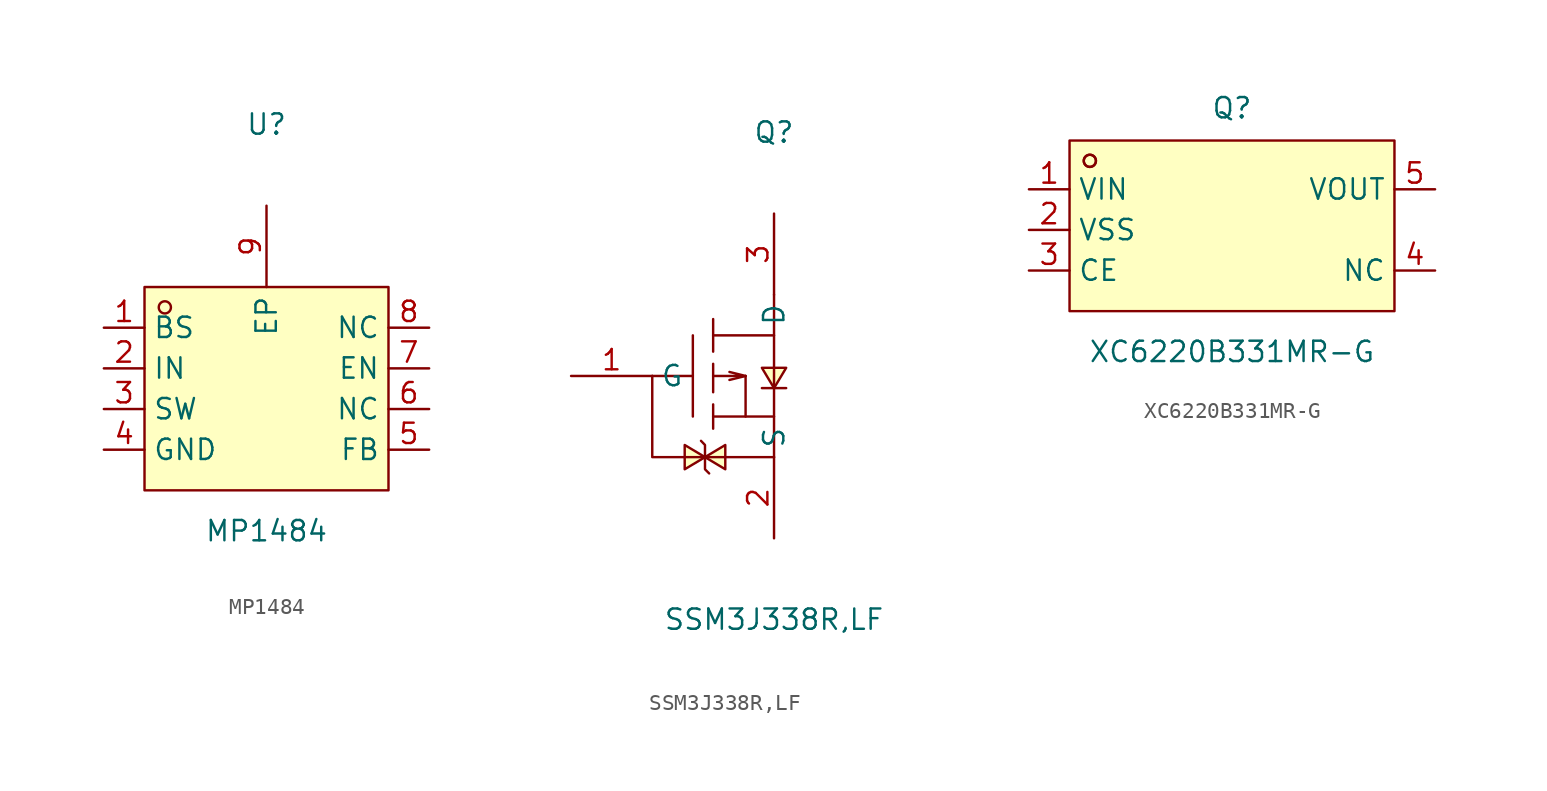
<source format=kicad_sym>
(kicad_symbol_lib
  (version 20211014)
  (generator https://github.com/uPesy/easyeda2kicad.py)
  (symbol "MP1484"
    (property "Reference" "U"
      (at 0 16.51 0)
      (effects (font (size 1.27 1.27))))
    (property "Value" "MP1484"
      (at 0 -8.89 0)
      (effects (font (size 1.27 1.27))))
    (symbol "MP1484_0_1"
      (rectangle (start -7.62 6.35) (end 7.62 -6.35) (stroke (width 0) (type default) (color 0 0 0 0)) (fill (type background)))
      (circle (center -6.35 5.08) (radius 0.38) (stroke (width 0) (type default) (color 0 0 0 0)) (fill (type none)))
      (pin unspecified line (at -10.16 3.81 0) (length 2.54) (name "BS" (effects (font (size 1.27 1.27)))) (number "1" (effects (font (size 1.27 1.27)))))
      (pin unspecified line (at -10.16 1.27 0) (length 2.54) (name "IN" (effects (font (size 1.27 1.27)))) (number "2" (effects (font (size 1.27 1.27)))))
      (pin unspecified line (at -10.16 -1.27 0) (length 2.54) (name "SW" (effects (font (size 1.27 1.27)))) (number "3" (effects (font (size 1.27 1.27)))))
      (pin unspecified line (at -10.16 -3.81 0) (length 2.54) (name "GND" (effects (font (size 1.27 1.27)))) (number "4" (effects (font (size 1.27 1.27)))))
      (pin unspecified line (at 10.16 -3.81 180) (length 2.54) (name "FB" (effects (font (size 1.27 1.27)))) (number "5" (effects (font (size 1.27 1.27)))))
      (pin unspecified line (at 10.16 -1.27 180) (length 2.54) (name "NC" (effects (font (size 1.27 1.27)))) (number "6" (effects (font (size 1.27 1.27)))))
      (pin unspecified line (at 10.16 1.27 180) (length 2.54) (name "EN" (effects (font (size 1.27 1.27)))) (number "7" (effects (font (size 1.27 1.27)))))
      (pin unspecified line (at 10.16 3.81 180) (length 2.54) (name "NC" (effects (font (size 1.27 1.27)))) (number "8" (effects (font (size 1.27 1.27)))))
      (pin unspecified line (at 0.00 11.43 270) (length 5.08) (name "EP" (effects (font (size 1.27 1.27)))) (number "9" (effects (font (size 1.27 1.27)))))))
  (symbol "SSM3J338R,LF"
    (property "Reference" "Q"
      (at 0 15.24 0)
      (effects (font (size 1.27 1.27))))
    (property "Value" "SSM3J338R,LF"
      (at 0 -15.24 0)
      (effects (font (size 1.27 1.27))))
    (symbol "SSM3J338R,LF_0_1"
      (polyline (pts (xy -5.08 2.54) (xy -5.08 -2.54)) (stroke (width 0) (type default) (color 0 0 0 0)) (fill (type none)))
      (polyline (pts (xy -3.81 3.56) (xy -3.81 1.52)) (stroke (width 0) (type default) (color 0 0 0 0)) (fill (type none)))
      (polyline (pts (xy -3.81 0.76) (xy -3.81 -1.02)) (stroke (width 0) (type default) (color 0 0 0 0)) (fill (type none)))
      (polyline (pts (xy -3.81 -1.78) (xy -3.81 -3.30)) (stroke (width 0) (type default) (color 0 0 0 0)) (fill (type none)))
      (polyline (pts (xy -3.81 2.54) (xy 0.00 2.54)) (stroke (width 0) (type default) (color 0 0 0 0)) (fill (type none)))
      (polyline (pts (xy 0.00 5.08) (xy 0.00 -5.08)) (stroke (width 0) (type default) (color 0 0 0 0)) (fill (type none)))
      (polyline (pts (xy -3.81 -2.54) (xy 0.00 -2.54)) (stroke (width 0) (type default) (color 0 0 0 0)) (fill (type none)))
      (polyline (pts (xy -1.78 -0.00) (xy -1.78 -2.54)) (stroke (width 0) (type default) (color 0 0 0 0)) (fill (type none)))
      (polyline (pts (xy -5.08 -0.00) (xy -7.62 -0.00)) (stroke (width 0) (type default) (color 0 0 0 0)) (fill (type none)))
      (polyline (pts (xy -3.81 -0.00) (xy -1.78 -0.00) (xy -2.79 0.25)) (stroke (width 0) (type default) (color 0 0 0 0)) (fill (type none)))
      (polyline (pts (xy -1.78 -0.00) (xy -2.79 -0.25)) (stroke (width 0) (type default) (color 0 0 0 0)) (fill (type none)))
      (polyline (pts (xy -0.76 0.51) (xy 0.76 0.51) (xy 0.00 -0.76) (xy -0.76 0.51)) (stroke (width 0) (type default) (color 0 0 0 0)) (fill (type background)))
      (polyline (pts (xy -0.76 -0.76) (xy 0.76 -0.76)) (stroke (width 0) (type default) (color 0 0 0 0)) (fill (type none)))
      (polyline (pts (xy -7.62 -0.00) (xy -7.62 -5.08) (xy 0.00 -5.08)) (stroke (width 0) (type default) (color 0 0 0 0)) (fill (type none)))
      (polyline (pts (xy -3.05 -4.32) (xy -3.05 -5.84) (xy -4.32 -5.08) (xy -3.05 -4.32)) (stroke (width 0) (type default) (color 0 0 0 0)) (fill (type background)))
      (polyline (pts (xy -4.57 -4.06) (xy -4.32 -4.32) (xy -4.32 -5.84) (xy -4.06 -6.10)) (stroke (width 0) (type default) (color 0 0 0 0)) (fill (type none)))
      (polyline (pts (xy -5.59 -5.84) (xy -5.59 -4.32) (xy -4.32 -5.08) (xy -5.59 -5.84)) (stroke (width 0) (type default) (color 0 0 0 0)) (fill (type background)))
      (pin unspecified line (at -12.70 -0.00 0) (length 5.08) (name "G" (effects (font (size 1.27 1.27)))) (number "1" (effects (font (size 1.27 1.27)))))
      (pin unspecified line (at 0.00 -10.16 90) (length 5.08) (name "S" (effects (font (size 1.27 1.27)))) (number "2" (effects (font (size 1.27 1.27)))))
      (pin unspecified line (at 0.00 10.16 270) (length 5.08) (name "D" (effects (font (size 1.27 1.27)))) (number "3" (effects (font (size 1.27 1.27)))))))
  (symbol "XC6220B331MR-G"
    (property "Reference" "Q"
      (at 0 7.62 0)
      (effects (font (size 1.27 1.27))))
    (property "Value" "XC6220B331MR-G"
      (at 0 -7.62 0)
      (effects (font (size 1.27 1.27))))
    (symbol "XC6220B331MR-G_0_1"
      (rectangle (start -10.16 5.59) (end 10.16 -5.08) (stroke (width 0) (type default) (color 0 0 0 0)) (fill (type background)))
      (circle (center -8.89 4.32) (radius 0.38) (stroke (width 0) (type default) (color 0 0 0 0)) (fill (type none)))
      (circle (center -8.89 4.32) (radius 0.38) (stroke (width 0) (type default) (color 0 0 0 0)) (fill (type none)))
      (pin unspecified line (at -12.70 2.54 0) (length 2.54) (name "VIN" (effects (font (size 1.27 1.27)))) (number "1" (effects (font (size 1.27 1.27)))))
      (pin unspecified line (at -12.70 -0.00 0) (length 2.54) (name "VSS" (effects (font (size 1.27 1.27)))) (number "2" (effects (font (size 1.27 1.27)))))
      (pin unspecified line (at -12.70 -2.54 0) (length 2.54) (name "CE" (effects (font (size 1.27 1.27)))) (number "3" (effects (font (size 1.27 1.27)))))
      (pin unspecified line (at 12.70 -2.54 180) (length 2.54) (name "NC" (effects (font (size 1.27 1.27)))) (number "4" (effects (font (size 1.27 1.27)))))
      (pin unspecified line (at 12.70 2.54 180) (length 2.54) (name "VOUT" (effects (font (size 1.27 1.27)))) (number "5" (effects (font (size 1.27 1.27))))))))
</source>
